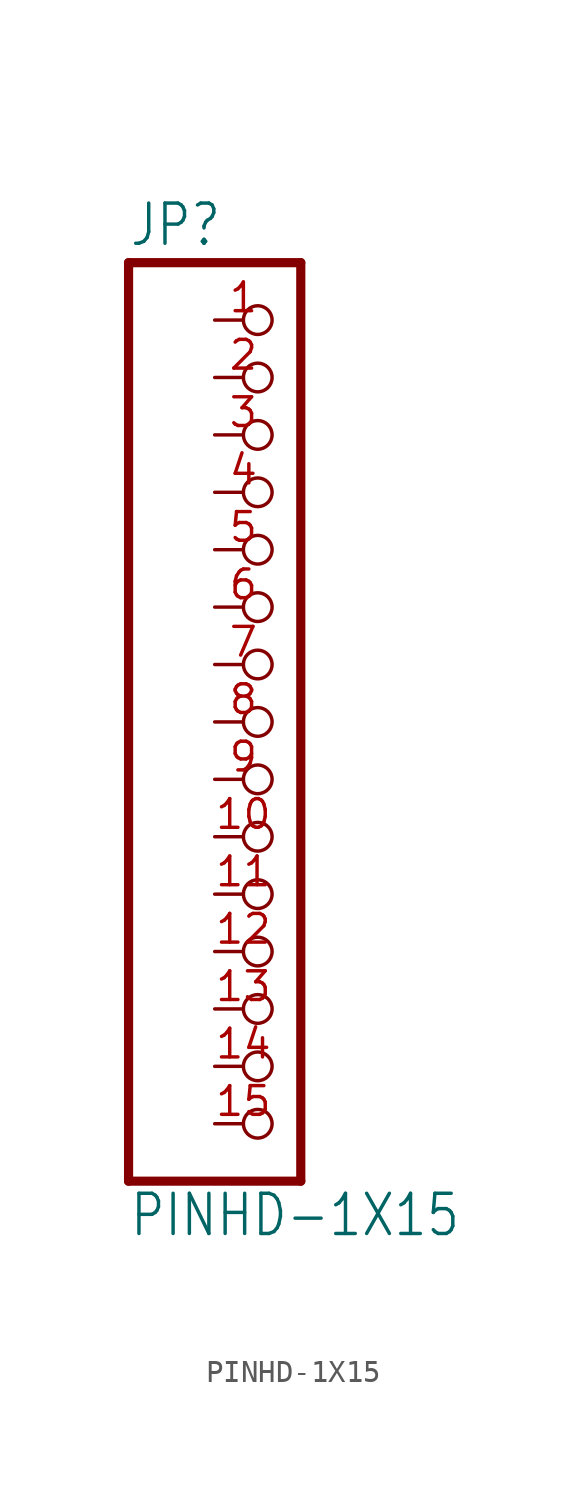
<source format=kicad_sym>
(kicad_symbol_lib
  (version 20211014)
  (generator kicad_symbol_editor)
  (symbol "PINHD-1X15"
    (property "Reference" "JP"
      (at -6.35 20.955 0)
      (effects (font (size 1.778 1.511)) (justify left bottom)))
    (property "Value" "PINHD-1X15"
      (at -6.35 -22.86 0)
      (effects (font (size 1.778 1.511)) (justify left bottom)))
    (property "ki_locked" ""
      (at 0 0 0)
      (effects (font (size 1.27 1.27))))
    (symbol "PINHD-1X15_1_0"
      (polyline (pts (xy -6.35 -20.32) (xy 1.27 -20.32)) (stroke (width 0.406) (type default) (color 0 0 0 0)) (fill (type none)))
      (polyline (pts (xy -6.35 20.32) (xy -6.35 -20.32)) (stroke (width 0.406) (type default) (color 0 0 0 0)) (fill (type none)))
      (polyline (pts (xy 1.27 -20.32) (xy 1.27 20.32)) (stroke (width 0.406) (type default) (color 0 0 0 0)) (fill (type none)))
      (polyline (pts (xy 1.27 20.32) (xy -6.35 20.32)) (stroke (width 0.406) (type default) (color 0 0 0 0)) (fill (type none)))
      (pin passive inverted (at -2.54 17.78 0) (length 2.54) (name "1" (effects (font (size 0 0)))) (number "1" (effects (font (size 1.27 1.27)))))
      (pin passive inverted (at -2.54 -5.08 0) (length 2.54) (name "10" (effects (font (size 0 0)))) (number "10" (effects (font (size 1.27 1.27)))))
      (pin passive inverted (at -2.54 -7.62 0) (length 2.54) (name "11" (effects (font (size 0 0)))) (number "11" (effects (font (size 1.27 1.27)))))
      (pin passive inverted (at -2.54 -10.16 0) (length 2.54) (name "12" (effects (font (size 0 0)))) (number "12" (effects (font (size 1.27 1.27)))))
      (pin passive inverted (at -2.54 -12.7 0) (length 2.54) (name "13" (effects (font (size 0 0)))) (number "13" (effects (font (size 1.27 1.27)))))
      (pin passive inverted (at -2.54 -15.24 0) (length 2.54) (name "14" (effects (font (size 0 0)))) (number "14" (effects (font (size 1.27 1.27)))))
      (pin passive inverted (at -2.54 -17.78 0) (length 2.54) (name "15" (effects (font (size 0 0)))) (number "15" (effects (font (size 1.27 1.27)))))
      (pin passive inverted (at -2.54 15.24 0) (length 2.54) (name "2" (effects (font (size 0 0)))) (number "2" (effects (font (size 1.27 1.27)))))
      (pin passive inverted (at -2.54 12.7 0) (length 2.54) (name "3" (effects (font (size 0 0)))) (number "3" (effects (font (size 1.27 1.27)))))
      (pin passive inverted (at -2.54 10.16 0) (length 2.54) (name "4" (effects (font (size 0 0)))) (number "4" (effects (font (size 1.27 1.27)))))
      (pin passive inverted (at -2.54 7.62 0) (length 2.54) (name "5" (effects (font (size 0 0)))) (number "5" (effects (font (size 1.27 1.27)))))
      (pin passive inverted (at -2.54 5.08 0) (length 2.54) (name "6" (effects (font (size 0 0)))) (number "6" (effects (font (size 1.27 1.27)))))
      (pin passive inverted (at -2.54 2.54 0) (length 2.54) (name "7" (effects (font (size 0 0)))) (number "7" (effects (font (size 1.27 1.27)))))
      (pin passive inverted (at -2.54 0 0) (length 2.54) (name "8" (effects (font (size 0 0)))) (number "8" (effects (font (size 1.27 1.27)))))
      (pin passive inverted (at -2.54 -2.54 0) (length 2.54) (name "9" (effects (font (size 0 0)))) (number "9" (effects (font (size 1.27 1.27))))))))
</source>
